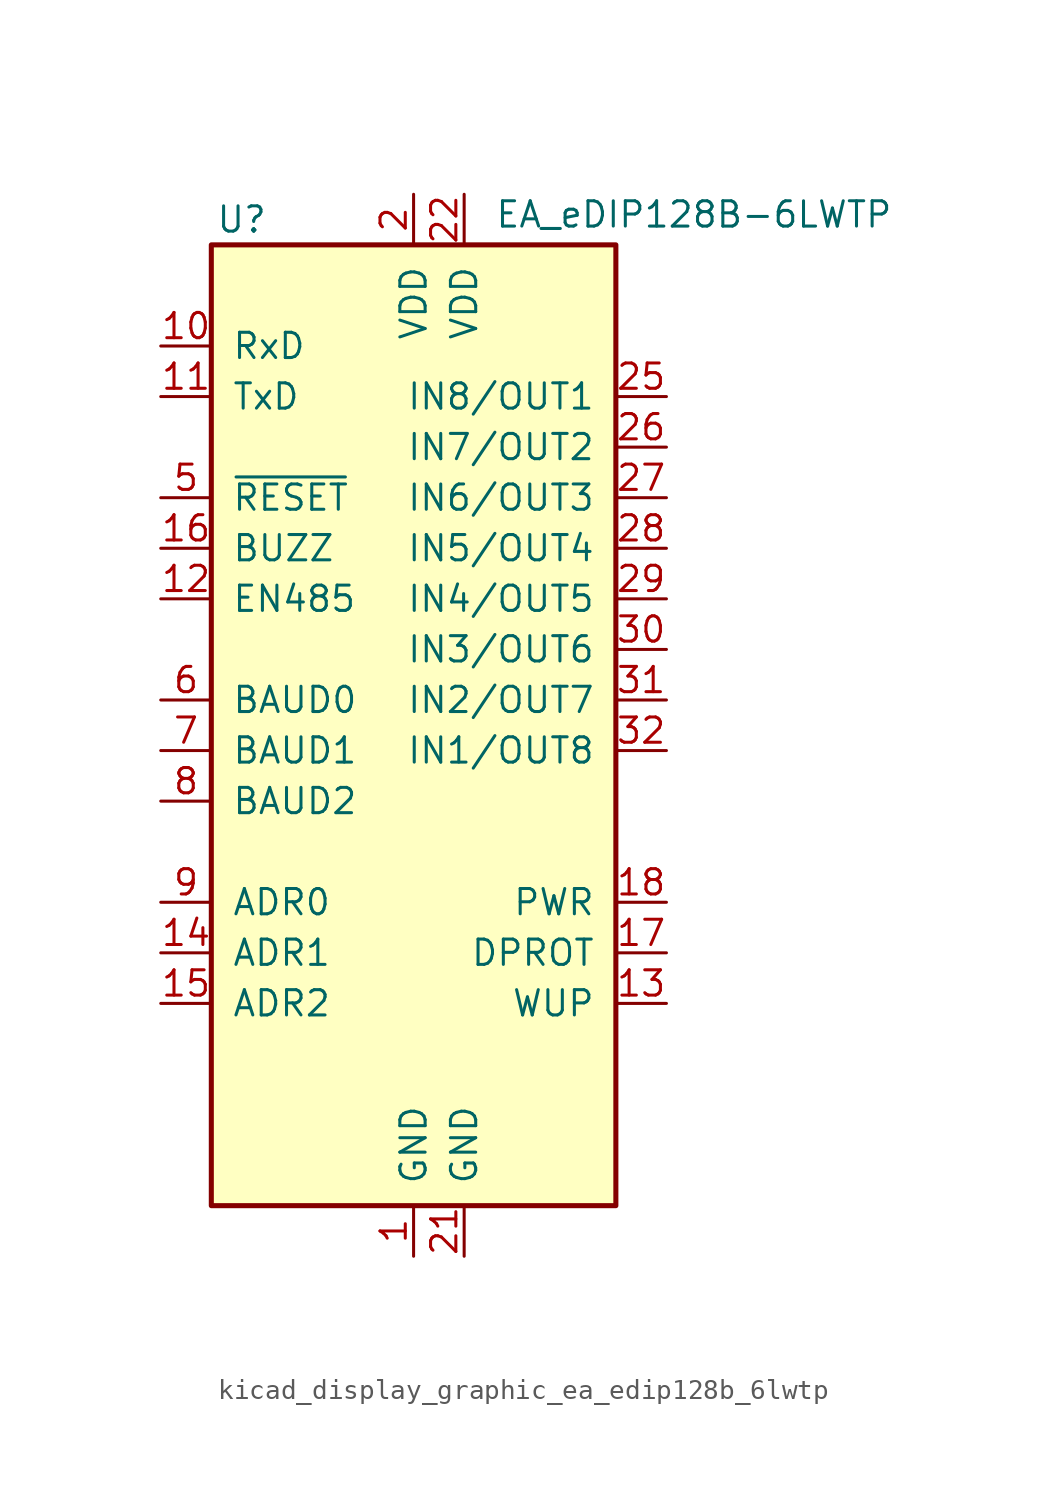
<source format=kicad_sym>
(kicad_symbol_lib
  (version 20220914)
  (generator kicad_symbol_editor)
  (symbol "kicad_display_graphic_ea_edip128b_6lwtp"
    (pin_names
      (offset 1.016))
    (property "Reference" "U"
      (at -8.636 24.13 0)
      (effects (font (size 1.27 1.27))))
    (property "Value" "EA_eDIP128B-6LWTP"
      (at 4.064 24.384 0)
      (effects (font (size 1.27 1.27)) (justify left)))
    (symbol "kicad_display_graphic_ea_edip128b_6lwtp_0_1"
      (rectangle (start -10.16 22.86) (end 10.16 -25.4) (stroke (width 0.254) (type default)) (fill (type background))))
    (symbol "kicad_display_graphic_ea_edip128b_6lwtp_1_1"
      (pin power_in line (at 0 -27.94 90) (length 2.54) (name "GND" (effects (font (size 1.27 1.27)))) (number "1" (effects (font (size 1.27 1.27)))))
      (pin input line (at -12.7 17.78 0) (length 2.54) (name "RxD" (effects (font (size 1.27 1.27)))) (number "10" (effects (font (size 1.27 1.27)))))
      (pin output line (at -12.7 15.24 0) (length 2.54) (name "TxD" (effects (font (size 1.27 1.27)))) (number "11" (effects (font (size 1.27 1.27)))))
      (pin output line (at -12.7 5.08 0) (length 2.54) (name "EN485" (effects (font (size 1.27 1.27)))) (number "12" (effects (font (size 1.27 1.27)))))
      (pin input line (at 12.7 -15.24 180) (length 2.54) (name "WUP" (effects (font (size 1.27 1.27)))) (number "13" (effects (font (size 1.27 1.27)))))
      (pin input line (at -12.7 -12.7 0) (length 2.54) (name "ADR1" (effects (font (size 1.27 1.27)))) (number "14" (effects (font (size 1.27 1.27)))))
      (pin input line (at -12.7 -15.24 0) (length 2.54) (name "ADR2" (effects (font (size 1.27 1.27)))) (number "15" (effects (font (size 1.27 1.27)))))
      (pin output line (at -12.7 7.62 0) (length 2.54) (name "BUZZ" (effects (font (size 1.27 1.27)))) (number "16" (effects (font (size 1.27 1.27)))))
      (pin input line (at 12.7 -12.7 180) (length 2.54) (name "DPROT" (effects (font (size 1.27 1.27)))) (number "17" (effects (font (size 1.27 1.27)))))
      (pin output line (at 12.7 -10.16 180) (length 2.54) (name "PWR" (effects (font (size 1.27 1.27)))) (number "18" (effects (font (size 1.27 1.27)))))
      (pin no_connect line (at -10.16 -22.86 0) (length 2.54) hide (name "NC" (effects (font (size 1.27 1.27)))) (number "19" (effects (font (size 1.27 1.27)))))
      (pin power_in line (at 0 25.4 270) (length 2.54) (name "VDD" (effects (font (size 1.27 1.27)))) (number "2" (effects (font (size 1.27 1.27)))))
      (pin power_in line (at 2.54 -27.94 90) (length 2.54) (name "GND" (effects (font (size 1.27 1.27)))) (number "21" (effects (font (size 1.27 1.27)))))
      (pin power_in line (at 2.54 25.4 270) (length 2.54) (name "VDD" (effects (font (size 1.27 1.27)))) (number "22" (effects (font (size 1.27 1.27)))))
      (pin no_connect line (at 10.16 -17.78 180) (length 2.54) hide (name "NC" (effects (font (size 1.27 1.27)))) (number "23" (effects (font (size 1.27 1.27)))))
      (pin no_connect line (at 10.16 -20.32 180) (length 2.54) hide (name "NC" (effects (font (size 1.27 1.27)))) (number "24" (effects (font (size 1.27 1.27)))))
      (pin bidirectional line (at 12.7 15.24 180) (length 2.54) (name "IN8/OUT1" (effects (font (size 1.27 1.27)))) (number "25" (effects (font (size 1.27 1.27)))))
      (pin bidirectional line (at 12.7 12.7 180) (length 2.54) (name "IN7/OUT2" (effects (font (size 1.27 1.27)))) (number "26" (effects (font (size 1.27 1.27)))))
      (pin bidirectional line (at 12.7 10.16 180) (length 2.54) (name "IN6/OUT3" (effects (font (size 1.27 1.27)))) (number "27" (effects (font (size 1.27 1.27)))))
      (pin bidirectional line (at 12.7 7.62 180) (length 2.54) (name "IN5/OUT4" (effects (font (size 1.27 1.27)))) (number "28" (effects (font (size 1.27 1.27)))))
      (pin bidirectional line (at 12.7 5.08 180) (length 2.54) (name "IN4/OUT5" (effects (font (size 1.27 1.27)))) (number "29" (effects (font (size 1.27 1.27)))))
      (pin no_connect line (at -10.16 -17.78 0) (length 2.54) hide (name "NC" (effects (font (size 1.27 1.27)))) (number "3" (effects (font (size 1.27 1.27)))))
      (pin bidirectional line (at 12.7 2.54 180) (length 2.54) (name "IN3/OUT6" (effects (font (size 1.27 1.27)))) (number "30" (effects (font (size 1.27 1.27)))))
      (pin bidirectional line (at 12.7 0 180) (length 2.54) (name "IN2/OUT7" (effects (font (size 1.27 1.27)))) (number "31" (effects (font (size 1.27 1.27)))))
      (pin bidirectional line (at 12.7 -2.54 180) (length 2.54) (name "IN1/OUT8" (effects (font (size 1.27 1.27)))) (number "32" (effects (font (size 1.27 1.27)))))
      (pin no_connect line (at -10.16 -20.32 0) (length 2.54) hide (name "NC" (effects (font (size 1.27 1.27)))) (number "4" (effects (font (size 1.27 1.27)))))
      (pin input line (at -12.7 10.16 0) (length 2.54) (name "~{RESET}" (effects (font (size 1.27 1.27)))) (number "5" (effects (font (size 1.27 1.27)))))
      (pin input line (at -12.7 0 0) (length 2.54) (name "BAUD0" (effects (font (size 1.27 1.27)))) (number "6" (effects (font (size 1.27 1.27)))))
      (pin input line (at -12.7 -2.54 0) (length 2.54) (name "BAUD1" (effects (font (size 1.27 1.27)))) (number "7" (effects (font (size 1.27 1.27)))))
      (pin input line (at -12.7 -5.08 0) (length 2.54) (name "BAUD2" (effects (font (size 1.27 1.27)))) (number "8" (effects (font (size 1.27 1.27)))))
      (pin input line (at -12.7 -10.16 0) (length 2.54) (name "ADR0" (effects (font (size 1.27 1.27)))) (number "9" (effects (font (size 1.27 1.27))))))))
</source>
